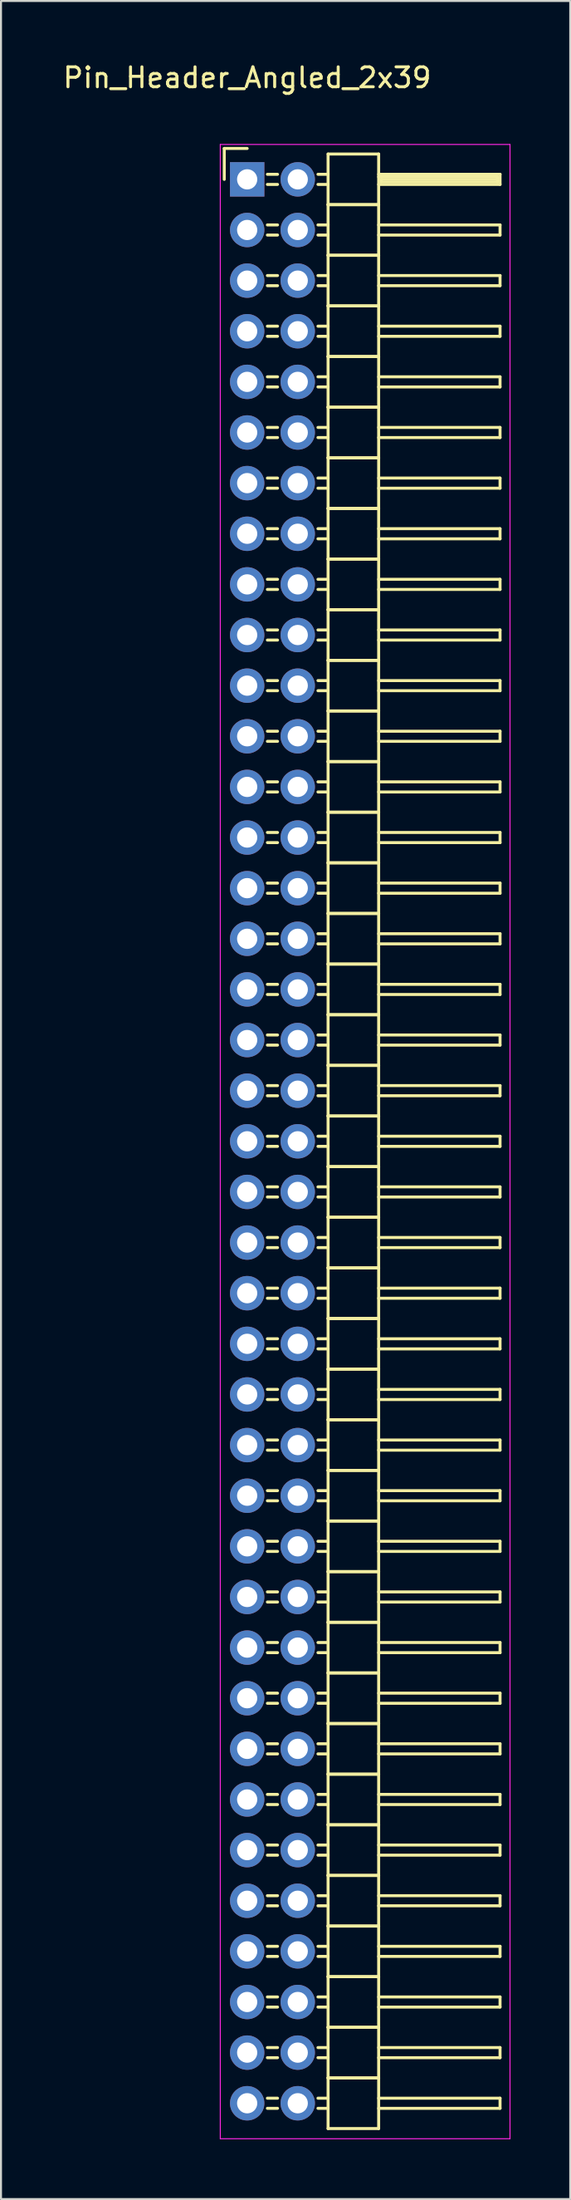
<source format=kicad_pcb>
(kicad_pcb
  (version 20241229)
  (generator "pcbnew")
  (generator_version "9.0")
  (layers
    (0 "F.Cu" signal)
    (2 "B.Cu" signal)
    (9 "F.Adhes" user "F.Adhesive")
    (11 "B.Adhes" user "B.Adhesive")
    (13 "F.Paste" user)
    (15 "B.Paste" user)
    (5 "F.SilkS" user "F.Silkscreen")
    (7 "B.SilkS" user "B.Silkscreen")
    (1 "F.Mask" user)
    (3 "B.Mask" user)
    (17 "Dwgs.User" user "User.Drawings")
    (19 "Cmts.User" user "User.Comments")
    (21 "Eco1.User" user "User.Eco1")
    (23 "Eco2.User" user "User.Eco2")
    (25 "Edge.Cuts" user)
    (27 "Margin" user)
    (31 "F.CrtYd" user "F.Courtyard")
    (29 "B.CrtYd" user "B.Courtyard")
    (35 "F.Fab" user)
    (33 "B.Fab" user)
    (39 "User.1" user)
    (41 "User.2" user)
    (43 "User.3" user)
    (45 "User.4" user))
  (footprint "Pin_Header_Angled_2x39"
    (layer "F.Cu")
    (at 9.363 5.948)
    (property "Reference" "Pin_Header_Angled_2x39" (at 0 -5.1 0) (layer "F.SilkS") (effects (font (size 1 1) (thickness 0.15))))
    (attr through_hole)
    (fp_line (start -1.15 -1.55) (end -1.15 0) (stroke (width 0.15) (type solid)) (layer "F.SilkS"))
    (fp_line (start 0 -1.55) (end -1.15 -1.55) (stroke (width 0.15) (type solid)) (layer "F.SilkS"))
    (fp_line (start 1.524 -0.254) (end 1.016 -0.254) (stroke (width 0.15) (type solid)) (layer "F.SilkS"))
    (fp_line (start 1.524 0.254) (end 1.016 0.254) (stroke (width 0.15) (type solid)) (layer "F.SilkS"))
    (fp_line (start 1.524 2.286) (end 1.016 2.286) (stroke (width 0.15) (type solid)) (layer "F.SilkS"))
    (fp_line (start 1.524 2.794) (end 1.016 2.794) (stroke (width 0.15) (type solid)) (layer "F.SilkS"))
    (fp_line (start 1.524 4.826) (end 1.016 4.826) (stroke (width 0.15) (type solid)) (layer "F.SilkS"))
    (fp_line (start 1.524 5.334) (end 1.016 5.334) (stroke (width 0.15) (type solid)) (layer "F.SilkS"))
    (fp_line (start 1.524 7.366) (end 1.016 7.366) (stroke (width 0.15) (type solid)) (layer "F.SilkS"))
    (fp_line (start 1.524 7.874) (end 1.016 7.874) (stroke (width 0.15) (type solid)) (layer "F.SilkS"))
    (fp_line (start 1.524 9.906) (end 1.016 9.906) (stroke (width 0.15) (type solid)) (layer "F.SilkS"))
    (fp_line (start 1.524 10.414) (end 1.016 10.414) (stroke (width 0.15) (type solid)) (layer "F.SilkS"))
    (fp_line (start 1.524 12.446) (end 1.016 12.446) (stroke (width 0.15) (type solid)) (layer "F.SilkS"))
    (fp_line (start 1.524 12.954) (end 1.016 12.954) (stroke (width 0.15) (type solid)) (layer "F.SilkS"))
    (fp_line (start 1.524 14.986) (end 1.016 14.986) (stroke (width 0.15) (type solid)) (layer "F.SilkS"))
    (fp_line (start 1.524 15.494) (end 1.016 15.494) (stroke (width 0.15) (type solid)) (layer "F.SilkS"))
    (fp_line (start 1.524 17.526) (end 1.016 17.526) (stroke (width 0.15) (type solid)) (layer "F.SilkS"))
    (fp_line (start 1.524 18.034) (end 1.016 18.034) (stroke (width 0.15) (type solid)) (layer "F.SilkS"))
    (fp_line (start 1.524 20.066) (end 1.016 20.066) (stroke (width 0.15) (type solid)) (layer "F.SilkS"))
    (fp_line (start 1.524 20.574) (end 1.016 20.574) (stroke (width 0.15) (type solid)) (layer "F.SilkS"))
    (fp_line (start 1.524 22.606) (end 1.016 22.606) (stroke (width 0.15) (type solid)) (layer "F.SilkS"))
    (fp_line (start 1.524 23.114) (end 1.016 23.114) (stroke (width 0.15) (type solid)) (layer "F.SilkS"))
    (fp_line (start 1.524 25.146) (end 1.016 25.146) (stroke (width 0.15) (type solid)) (layer "F.SilkS"))
    (fp_line (start 1.524 25.654) (end 1.016 25.654) (stroke (width 0.15) (type solid)) (layer "F.SilkS"))
    (fp_line (start 1.524 27.686) (end 1.016 27.686) (stroke (width 0.15) (type solid)) (layer "F.SilkS"))
    (fp_line (start 1.524 28.194) (end 1.016 28.194) (stroke (width 0.15) (type solid)) (layer "F.SilkS"))
    (fp_line (start 1.524 30.226) (end 1.016 30.226) (stroke (width 0.15) (type solid)) (layer "F.SilkS"))
    (fp_line (start 1.524 30.734) (end 1.016 30.734) (stroke (width 0.15) (type solid)) (layer "F.SilkS"))
    (fp_line (start 1.524 32.766) (end 1.016 32.766) (stroke (width 0.15) (type solid)) (layer "F.SilkS"))
    (fp_line (start 1.524 33.274) (end 1.016 33.274) (stroke (width 0.15) (type solid)) (layer "F.SilkS"))
    (fp_line (start 1.524 35.306) (end 1.016 35.306) (stroke (width 0.15) (type solid)) (layer "F.SilkS"))
    (fp_line (start 1.524 35.814) (end 1.016 35.814) (stroke (width 0.15) (type solid)) (layer "F.SilkS"))
    (fp_line (start 1.524 37.846) (end 1.016 37.846) (stroke (width 0.15) (type solid)) (layer "F.SilkS"))
    (fp_line (start 1.524 38.354) (end 1.016 38.354) (stroke (width 0.15) (type solid)) (layer "F.SilkS"))
    (fp_line (start 1.524 40.386) (end 1.016 40.386) (stroke (width 0.15) (type solid)) (layer "F.SilkS"))
    (fp_line (start 1.524 40.894) (end 1.016 40.894) (stroke (width 0.15) (type solid)) (layer "F.SilkS"))
    (fp_line (start 1.524 42.926) (end 1.016 42.926) (stroke (width 0.15) (type solid)) (layer "F.SilkS"))
    (fp_line (start 1.524 43.434) (end 1.016 43.434) (stroke (width 0.15) (type solid)) (layer "F.SilkS"))
    (fp_line (start 1.524 45.466) (end 1.016 45.466) (stroke (width 0.15) (type solid)) (layer "F.SilkS"))
    (fp_line (start 1.524 45.974) (end 1.016 45.974) (stroke (width 0.15) (type solid)) (layer "F.SilkS"))
    (fp_line (start 1.524 48.006) (end 1.016 48.006) (stroke (width 0.15) (type solid)) (layer "F.SilkS"))
    (fp_line (start 1.524 48.514) (end 1.016 48.514) (stroke (width 0.15) (type solid)) (layer "F.SilkS"))
    (fp_line (start 1.524 50.546) (end 1.016 50.546) (stroke (width 0.15) (type solid)) (layer "F.SilkS"))
    (fp_line (start 1.524 51.054) (end 1.016 51.054) (stroke (width 0.15) (type solid)) (layer "F.SilkS"))
    (fp_line (start 1.524 53.086) (end 1.016 53.086) (stroke (width 0.15) (type solid)) (layer "F.SilkS"))
    (fp_line (start 1.524 53.594) (end 1.016 53.594) (stroke (width 0.15) (type solid)) (layer "F.SilkS"))
    (fp_line (start 1.524 55.626) (end 1.016 55.626) (stroke (width 0.15) (type solid)) (layer "F.SilkS"))
    (fp_line (start 1.524 56.134) (end 1.016 56.134) (stroke (width 0.15) (type solid)) (layer "F.SilkS"))
    (fp_line (start 1.524 58.166) (end 1.016 58.166) (stroke (width 0.15) (type solid)) (layer "F.SilkS"))
    (fp_line (start 1.524 58.674) (end 1.016 58.674) (stroke (width 0.15) (type solid)) (layer "F.SilkS"))
    (fp_line (start 1.524 60.706) (end 1.016 60.706) (stroke (width 0.15) (type solid)) (layer "F.SilkS"))
    (fp_line (start 1.524 61.214) (end 1.016 61.214) (stroke (width 0.15) (type solid)) (layer "F.SilkS"))
    (fp_line (start 1.524 63.246) (end 1.016 63.246) (stroke (width 0.15) (type solid)) (layer "F.SilkS"))
    (fp_line (start 1.524 63.754) (end 1.016 63.754) (stroke (width 0.15) (type solid)) (layer "F.SilkS"))
    (fp_line (start 1.524 65.786) (end 1.016 65.786) (stroke (width 0.15) (type solid)) (layer "F.SilkS"))
    (fp_line (start 1.524 66.294) (end 1.016 66.294) (stroke (width 0.15) (type solid)) (layer "F.SilkS"))
    (fp_line (start 1.524 68.326) (end 1.016 68.326) (stroke (width 0.15) (type solid)) (layer "F.SilkS"))
    (fp_line (start 1.524 68.834) (end 1.016 68.834) (stroke (width 0.15) (type solid)) (layer "F.SilkS"))
    (fp_line (start 1.524 70.866) (end 1.016 70.866) (stroke (width 0.15) (type solid)) (layer "F.SilkS"))
    (fp_line (start 1.524 71.374) (end 1.016 71.374) (stroke (width 0.15) (type solid)) (layer "F.SilkS"))
    (fp_line (start 1.524 73.406) (end 1.016 73.406) (stroke (width 0.15) (type solid)) (layer "F.SilkS"))
    (fp_line (start 1.524 73.914) (end 1.016 73.914) (stroke (width 0.15) (type solid)) (layer "F.SilkS"))
    (fp_line (start 1.524 75.946) (end 1.016 75.946) (stroke (width 0.15) (type solid)) (layer "F.SilkS"))
    (fp_line (start 1.524 76.454) (end 1.016 76.454) (stroke (width 0.15) (type solid)) (layer "F.SilkS"))
    (fp_line (start 1.524 78.486) (end 1.016 78.486) (stroke (width 0.15) (type solid)) (layer "F.SilkS"))
    (fp_line (start 1.524 78.994) (end 1.016 78.994) (stroke (width 0.15) (type solid)) (layer "F.SilkS"))
    (fp_line (start 1.524 81.026) (end 1.016 81.026) (stroke (width 0.15) (type solid)) (layer "F.SilkS"))
    (fp_line (start 1.524 81.534) (end 1.016 81.534) (stroke (width 0.15) (type solid)) (layer "F.SilkS"))
    (fp_line (start 1.524 83.566) (end 1.016 83.566) (stroke (width 0.15) (type solid)) (layer "F.SilkS"))
    (fp_line (start 1.524 84.074) (end 1.016 84.074) (stroke (width 0.15) (type solid)) (layer "F.SilkS"))
    (fp_line (start 1.524 86.106) (end 1.016 86.106) (stroke (width 0.15) (type solid)) (layer "F.SilkS"))
    (fp_line (start 1.524 86.614) (end 1.016 86.614) (stroke (width 0.15) (type solid)) (layer "F.SilkS"))
    (fp_line (start 1.524 88.646) (end 1.016 88.646) (stroke (width 0.15) (type solid)) (layer "F.SilkS"))
    (fp_line (start 1.524 89.154) (end 1.016 89.154) (stroke (width 0.15) (type solid)) (layer "F.SilkS"))
    (fp_line (start 1.524 91.186) (end 1.016 91.186) (stroke (width 0.15) (type solid)) (layer "F.SilkS"))
    (fp_line (start 1.524 91.694) (end 1.016 91.694) (stroke (width 0.15) (type solid)) (layer "F.SilkS"))
    (fp_line (start 1.524 93.726) (end 1.016 93.726) (stroke (width 0.15) (type solid)) (layer "F.SilkS"))
    (fp_line (start 1.524 94.234) (end 1.016 94.234) (stroke (width 0.15) (type solid)) (layer "F.SilkS"))
    (fp_line (start 1.524 96.266) (end 1.016 96.266) (stroke (width 0.15) (type solid)) (layer "F.SilkS"))
    (fp_line (start 1.524 96.774) (end 1.016 96.774) (stroke (width 0.15) (type solid)) (layer "F.SilkS"))
    (fp_line (start 4.064 -1.27) (end 4.064 1.27) (stroke (width 0.15) (type solid)) (layer "F.SilkS"))
    (fp_line (start 4.064 -1.27) (end 6.604 -1.27) (stroke (width 0.15) (type solid)) (layer "F.SilkS"))
    (fp_line (start 4.064 -0.254) (end 3.556 -0.254) (stroke (width 0.15) (type solid)) (layer "F.SilkS"))
    (fp_line (start 4.064 0.254) (end 3.556 0.254) (stroke (width 0.15) (type solid)) (layer "F.SilkS"))
    (fp_line (start 4.064 1.27) (end 4.064 3.81) (stroke (width 0.15) (type solid)) (layer "F.SilkS"))
    (fp_line (start 4.064 1.27) (end 6.604 1.27) (stroke (width 0.15) (type solid)) (layer "F.SilkS"))
    (fp_line (start 4.064 1.27) (end 6.604 1.27) (stroke (width 0.15) (type solid)) (layer "F.SilkS"))
    (fp_line (start 4.064 2.286) (end 3.556 2.286) (stroke (width 0.15) (type solid)) (layer "F.SilkS"))
    (fp_line (start 4.064 2.794) (end 3.556 2.794) (stroke (width 0.15) (type solid)) (layer "F.SilkS"))
    (fp_line (start 4.064 3.81) (end 4.064 6.35) (stroke (width 0.15) (type solid)) (layer "F.SilkS"))
    (fp_line (start 4.064 3.81) (end 6.604 3.81) (stroke (width 0.15) (type solid)) (layer "F.SilkS"))
    (fp_line (start 4.064 3.81) (end 6.604 3.81) (stroke (width 0.15) (type solid)) (layer "F.SilkS"))
    (fp_line (start 4.064 4.826) (end 3.556 4.826) (stroke (width 0.15) (type solid)) (layer "F.SilkS"))
    (fp_line (start 4.064 5.334) (end 3.556 5.334) (stroke (width 0.15) (type solid)) (layer "F.SilkS"))
    (fp_line (start 4.064 6.35) (end 4.064 8.89) (stroke (width 0.15) (type solid)) (layer "F.SilkS"))
    (fp_line (start 4.064 6.35) (end 6.604 6.35) (stroke (width 0.15) (type solid)) (layer "F.SilkS"))
    (fp_line (start 4.064 6.35) (end 6.604 6.35) (stroke (width 0.15) (type solid)) (layer "F.SilkS"))
    (fp_line (start 4.064 7.366) (end 3.556 7.366) (stroke (width 0.15) (type solid)) (layer "F.SilkS"))
    (fp_line (start 4.064 7.874) (end 3.556 7.874) (stroke (width 0.15) (type solid)) (layer "F.SilkS"))
    (fp_line (start 4.064 8.89) (end 4.064 11.43) (stroke (width 0.15) (type solid)) (layer "F.SilkS"))
    (fp_line (start 4.064 8.89) (end 6.604 8.89) (stroke (width 0.15) (type solid)) (layer "F.SilkS"))
    (fp_line (start 4.064 8.89) (end 6.604 8.89) (stroke (width 0.15) (type solid)) (layer "F.SilkS"))
    (fp_line (start 4.064 9.906) (end 3.556 9.906) (stroke (width 0.15) (type solid)) (layer "F.SilkS"))
    (fp_line (start 4.064 10.414) (end 3.556 10.414) (stroke (width 0.15) (type solid)) (layer "F.SilkS"))
    (fp_line (start 4.064 11.43) (end 4.064 13.97) (stroke (width 0.15) (type solid)) (layer "F.SilkS"))
    (fp_line (start 4.064 11.43) (end 6.604 11.43) (stroke (width 0.15) (type solid)) (layer "F.SilkS"))
    (fp_line (start 4.064 11.43) (end 6.604 11.43) (stroke (width 0.15) (type solid)) (layer "F.SilkS"))
    (fp_line (start 4.064 12.446) (end 3.556 12.446) (stroke (width 0.15) (type solid)) (layer "F.SilkS"))
    (fp_line (start 4.064 12.954) (end 3.556 12.954) (stroke (width 0.15) (type solid)) (layer "F.SilkS"))
    (fp_line (start 4.064 13.97) (end 4.064 16.51) (stroke (width 0.15) (type solid)) (layer "F.SilkS"))
    (fp_line (start 4.064 13.97) (end 6.604 13.97) (stroke (width 0.15) (type solid)) (layer "F.SilkS"))
    (fp_line (start 4.064 13.97) (end 6.604 13.97) (stroke (width 0.15) (type solid)) (layer "F.SilkS"))
    (fp_line (start 4.064 14.986) (end 3.556 14.986) (stroke (width 0.15) (type solid)) (layer "F.SilkS"))
    (fp_line (start 4.064 15.494) (end 3.556 15.494) (stroke (width 0.15) (type solid)) (layer "F.SilkS"))
    (fp_line (start 4.064 16.51) (end 4.064 19.05) (stroke (width 0.15) (type solid)) (layer "F.SilkS"))
    (fp_line (start 4.064 16.51) (end 6.604 16.51) (stroke (width 0.15) (type solid)) (layer "F.SilkS"))
    (fp_line (start 4.064 16.51) (end 6.604 16.51) (stroke (width 0.15) (type solid)) (layer "F.SilkS"))
    (fp_line (start 4.064 17.526) (end 3.556 17.526) (stroke (width 0.15) (type solid)) (layer "F.SilkS"))
    (fp_line (start 4.064 18.034) (end 3.556 18.034) (stroke (width 0.15) (type solid)) (layer "F.SilkS"))
    (fp_line (start 4.064 19.05) (end 4.064 21.59) (stroke (width 0.15) (type solid)) (layer "F.SilkS"))
    (fp_line (start 4.064 19.05) (end 6.604 19.05) (stroke (width 0.15) (type solid)) (layer "F.SilkS"))
    (fp_line (start 4.064 19.05) (end 6.604 19.05) (stroke (width 0.15) (type solid)) (layer "F.SilkS"))
    (fp_line (start 4.064 20.066) (end 3.556 20.066) (stroke (width 0.15) (type solid)) (layer "F.SilkS"))
    (fp_line (start 4.064 20.574) (end 3.556 20.574) (stroke (width 0.15) (type solid)) (layer "F.SilkS"))
    (fp_line (start 4.064 21.59) (end 4.064 24.13) (stroke (width 0.15) (type solid)) (layer "F.SilkS"))
    (fp_line (start 4.064 21.59) (end 6.604 21.59) (stroke (width 0.15) (type solid)) (layer "F.SilkS"))
    (fp_line (start 4.064 21.59) (end 6.604 21.59) (stroke (width 0.15) (type solid)) (layer "F.SilkS"))
    (fp_line (start 4.064 22.606) (end 3.556 22.606) (stroke (width 0.15) (type solid)) (layer "F.SilkS"))
    (fp_line (start 4.064 23.114) (end 3.556 23.114) (stroke (width 0.15) (type solid)) (layer "F.SilkS"))
    (fp_line (start 4.064 24.13) (end 4.064 26.67) (stroke (width 0.15) (type solid)) (layer "F.SilkS"))
    (fp_line (start 4.064 24.13) (end 6.604 24.13) (stroke (width 0.15) (type solid)) (layer "F.SilkS"))
    (fp_line (start 4.064 24.13) (end 6.604 24.13) (stroke (width 0.15) (type solid)) (layer "F.SilkS"))
    (fp_line (start 4.064 25.146) (end 3.556 25.146) (stroke (width 0.15) (type solid)) (layer "F.SilkS"))
    (fp_line (start 4.064 25.654) (end 3.556 25.654) (stroke (width 0.15) (type solid)) (layer "F.SilkS"))
    (fp_line (start 4.064 26.67) (end 4.064 29.21) (stroke (width 0.15) (type solid)) (layer "F.SilkS"))
    (fp_line (start 4.064 26.67) (end 6.604 26.67) (stroke (width 0.15) (type solid)) (layer "F.SilkS"))
    (fp_line (start 4.064 26.67) (end 6.604 26.67) (stroke (width 0.15) (type solid)) (layer "F.SilkS"))
    (fp_line (start 4.064 27.686) (end 3.556 27.686) (stroke (width 0.15) (type solid)) (layer "F.SilkS"))
    (fp_line (start 4.064 28.194) (end 3.556 28.194) (stroke (width 0.15) (type solid)) (layer "F.SilkS"))
    (fp_line (start 4.064 29.21) (end 4.064 31.75) (stroke (width 0.15) (type solid)) (layer "F.SilkS"))
    (fp_line (start 4.064 29.21) (end 6.604 29.21) (stroke (width 0.15) (type solid)) (layer "F.SilkS"))
    (fp_line (start 4.064 29.21) (end 6.604 29.21) (stroke (width 0.15) (type solid)) (layer "F.SilkS"))
    (fp_line (start 4.064 30.226) (end 3.556 30.226) (stroke (width 0.15) (type solid)) (layer "F.SilkS"))
    (fp_line (start 4.064 30.734) (end 3.556 30.734) (stroke (width 0.15) (type solid)) (layer "F.SilkS"))
    (fp_line (start 4.064 31.75) (end 4.064 34.29) (stroke (width 0.15) (type solid)) (layer "F.SilkS"))
    (fp_line (start 4.064 31.75) (end 6.604 31.75) (stroke (width 0.15) (type solid)) (layer "F.SilkS"))
    (fp_line (start 4.064 31.75) (end 6.604 31.75) (stroke (width 0.15) (type solid)) (layer "F.SilkS"))
    (fp_line (start 4.064 32.766) (end 3.556 32.766) (stroke (width 0.15) (type solid)) (layer "F.SilkS"))
    (fp_line (start 4.064 33.274) (end 3.556 33.274) (stroke (width 0.15) (type solid)) (layer "F.SilkS"))
    (fp_line (start 4.064 34.29) (end 4.064 36.83) (stroke (width 0.15) (type solid)) (layer "F.SilkS"))
    (fp_line (start 4.064 34.29) (end 6.604 34.29) (stroke (width 0.15) (type solid)) (layer "F.SilkS"))
    (fp_line (start 4.064 34.29) (end 6.604 34.29) (stroke (width 0.15) (type solid)) (layer "F.SilkS"))
    (fp_line (start 4.064 35.306) (end 3.556 35.306) (stroke (width 0.15) (type solid)) (layer "F.SilkS"))
    (fp_line (start 4.064 35.814) (end 3.556 35.814) (stroke (width 0.15) (type solid)) (layer "F.SilkS"))
    (fp_line (start 4.064 36.83) (end 4.064 39.37) (stroke (width 0.15) (type solid)) (layer "F.SilkS"))
    (fp_line (start 4.064 36.83) (end 6.604 36.83) (stroke (width 0.15) (type solid)) (layer "F.SilkS"))
    (fp_line (start 4.064 36.83) (end 6.604 36.83) (stroke (width 0.15) (type solid)) (layer "F.SilkS"))
    (fp_line (start 4.064 37.846) (end 3.556 37.846) (stroke (width 0.15) (type solid)) (layer "F.SilkS"))
    (fp_line (start 4.064 38.354) (end 3.556 38.354) (stroke (width 0.15) (type solid)) (layer "F.SilkS"))
    (fp_line (start 4.064 39.37) (end 4.064 41.91) (stroke (width 0.15) (type solid)) (layer "F.SilkS"))
    (fp_line (start 4.064 39.37) (end 6.604 39.37) (stroke (width 0.15) (type solid)) (layer "F.SilkS"))
    (fp_line (start 4.064 39.37) (end 6.604 39.37) (stroke (width 0.15) (type solid)) (layer "F.SilkS"))
    (fp_line (start 4.064 40.386) (end 3.556 40.386) (stroke (width 0.15) (type solid)) (layer "F.SilkS"))
    (fp_line (start 4.064 40.894) (end 3.556 40.894) (stroke (width 0.15) (type solid)) (layer "F.SilkS"))
    (fp_line (start 4.064 41.91) (end 4.064 44.45) (stroke (width 0.15) (type solid)) (layer "F.SilkS"))
    (fp_line (start 4.064 41.91) (end 6.604 41.91) (stroke (width 0.15) (type solid)) (layer "F.SilkS"))
    (fp_line (start 4.064 41.91) (end 6.604 41.91) (stroke (width 0.15) (type solid)) (layer "F.SilkS"))
    (fp_line (start 4.064 42.926) (end 3.556 42.926) (stroke (width 0.15) (type solid)) (layer "F.SilkS"))
    (fp_line (start 4.064 43.434) (end 3.556 43.434) (stroke (width 0.15) (type solid)) (layer "F.SilkS"))
    (fp_line (start 4.064 44.45) (end 4.064 46.99) (stroke (width 0.15) (type solid)) (layer "F.SilkS"))
    (fp_line (start 4.064 44.45) (end 6.604 44.45) (stroke (width 0.15) (type solid)) (layer "F.SilkS"))
    (fp_line (start 4.064 44.45) (end 6.604 44.45) (stroke (width 0.15) (type solid)) (layer "F.SilkS"))
    (fp_line (start 4.064 45.466) (end 3.556 45.466) (stroke (width 0.15) (type solid)) (layer "F.SilkS"))
    (fp_line (start 4.064 45.974) (end 3.556 45.974) (stroke (width 0.15) (type solid)) (layer "F.SilkS"))
    (fp_line (start 4.064 46.99) (end 4.064 49.53) (stroke (width 0.15) (type solid)) (layer "F.SilkS"))
    (fp_line (start 4.064 46.99) (end 6.604 46.99) (stroke (width 0.15) (type solid)) (layer "F.SilkS"))
    (fp_line (start 4.064 46.99) (end 6.604 46.99) (stroke (width 0.15) (type solid)) (layer "F.SilkS"))
    (fp_line (start 4.064 48.006) (end 3.556 48.006) (stroke (width 0.15) (type solid)) (layer "F.SilkS"))
    (fp_line (start 4.064 48.514) (end 3.556 48.514) (stroke (width 0.15) (type solid)) (layer "F.SilkS"))
    (fp_line (start 4.064 49.53) (end 4.064 52.07) (stroke (width 0.15) (type solid)) (layer "F.SilkS"))
    (fp_line (start 4.064 49.53) (end 6.604 49.53) (stroke (width 0.15) (type solid)) (layer "F.SilkS"))
    (fp_line (start 4.064 49.53) (end 6.604 49.53) (stroke (width 0.15) (type solid)) (layer "F.SilkS"))
    (fp_line (start 4.064 50.546) (end 3.556 50.546) (stroke (width 0.15) (type solid)) (layer "F.SilkS"))
    (fp_line (start 4.064 51.054) (end 3.556 51.054) (stroke (width 0.15) (type solid)) (layer "F.SilkS"))
    (fp_line (start 4.064 52.07) (end 4.064 54.61) (stroke (width 0.15) (type solid)) (layer "F.SilkS"))
    (fp_line (start 4.064 52.07) (end 6.604 52.07) (stroke (width 0.15) (type solid)) (layer "F.SilkS"))
    (fp_line (start 4.064 52.07) (end 6.604 52.07) (stroke (width 0.15) (type solid)) (layer "F.SilkS"))
    (fp_line (start 4.064 53.086) (end 3.556 53.086) (stroke (width 0.15) (type solid)) (layer "F.SilkS"))
    (fp_line (start 4.064 53.594) (end 3.556 53.594) (stroke (width 0.15) (type solid)) (layer "F.SilkS"))
    (fp_line (start 4.064 54.61) (end 4.064 57.15) (stroke (width 0.15) (type solid)) (layer "F.SilkS"))
    (fp_line (start 4.064 54.61) (end 6.604 54.61) (stroke (width 0.15) (type solid)) (layer "F.SilkS"))
    (fp_line (start 4.064 54.61) (end 6.604 54.61) (stroke (width 0.15) (type solid)) (layer "F.SilkS"))
    (fp_line (start 4.064 55.626) (end 3.556 55.626) (stroke (width 0.15) (type solid)) (layer "F.SilkS"))
    (fp_line (start 4.064 56.134) (end 3.556 56.134) (stroke (width 0.15) (type solid)) (layer "F.SilkS"))
    (fp_line (start 4.064 57.15) (end 4.064 59.69) (stroke (width 0.15) (type solid)) (layer "F.SilkS"))
    (fp_line (start 4.064 57.15) (end 6.604 57.15) (stroke (width 0.15) (type solid)) (layer "F.SilkS"))
    (fp_line (start 4.064 57.15) (end 6.604 57.15) (stroke (width 0.15) (type solid)) (layer "F.SilkS"))
    (fp_line (start 4.064 58.166) (end 3.556 58.166) (stroke (width 0.15) (type solid)) (layer "F.SilkS"))
    (fp_line (start 4.064 58.674) (end 3.556 58.674) (stroke (width 0.15) (type solid)) (layer "F.SilkS"))
    (fp_line (start 4.064 59.69) (end 4.064 62.23) (stroke (width 0.15) (type solid)) (layer "F.SilkS"))
    (fp_line (start 4.064 59.69) (end 6.604 59.69) (stroke (width 0.15) (type solid)) (layer "F.SilkS"))
    (fp_line (start 4.064 59.69) (end 6.604 59.69) (stroke (width 0.15) (type solid)) (layer "F.SilkS"))
    (fp_line (start 4.064 60.706) (end 3.556 60.706) (stroke (width 0.15) (type solid)) (layer "F.SilkS"))
    (fp_line (start 4.064 61.214) (end 3.556 61.214) (stroke (width 0.15) (type solid)) (layer "F.SilkS"))
    (fp_line (start 4.064 62.23) (end 4.064 64.77) (stroke (width 0.15) (type solid)) (layer "F.SilkS"))
    (fp_line (start 4.064 62.23) (end 6.604 62.23) (stroke (width 0.15) (type solid)) (layer "F.SilkS"))
    (fp_line (start 4.064 62.23) (end 6.604 62.23) (stroke (width 0.15) (type solid)) (layer "F.SilkS"))
    (fp_line (start 4.064 63.246) (end 3.556 63.246) (stroke (width 0.15) (type solid)) (layer "F.SilkS"))
    (fp_line (start 4.064 63.754) (end 3.556 63.754) (stroke (width 0.15) (type solid)) (layer "F.SilkS"))
    (fp_line (start 4.064 64.77) (end 4.064 67.31) (stroke (width 0.15) (type solid)) (layer "F.SilkS"))
    (fp_line (start 4.064 64.77) (end 6.604 64.77) (stroke (width 0.15) (type solid)) (layer "F.SilkS"))
    (fp_line (start 4.064 64.77) (end 6.604 64.77) (stroke (width 0.15) (type solid)) (layer "F.SilkS"))
    (fp_line (start 4.064 65.786) (end 3.556 65.786) (stroke (width 0.15) (type solid)) (layer "F.SilkS"))
    (fp_line (start 4.064 66.294) (end 3.556 66.294) (stroke (width 0.15) (type solid)) (layer "F.SilkS"))
    (fp_line (start 4.064 67.31) (end 4.064 69.85) (stroke (width 0.15) (type solid)) (layer "F.SilkS"))
    (fp_line (start 4.064 67.31) (end 6.604 67.31) (stroke (width 0.15) (type solid)) (layer "F.SilkS"))
    (fp_line (start 4.064 67.31) (end 6.604 67.31) (stroke (width 0.15) (type solid)) (layer "F.SilkS"))
    (fp_line (start 4.064 68.326) (end 3.556 68.326) (stroke (width 0.15) (type solid)) (layer "F.SilkS"))
    (fp_line (start 4.064 68.834) (end 3.556 68.834) (stroke (width 0.15) (type solid)) (layer "F.SilkS"))
    (fp_line (start 4.064 69.85) (end 4.064 72.39) (stroke (width 0.15) (type solid)) (layer "F.SilkS"))
    (fp_line (start 4.064 69.85) (end 6.604 69.85) (stroke (width 0.15) (type solid)) (layer "F.SilkS"))
    (fp_line (start 4.064 69.85) (end 6.604 69.85) (stroke (width 0.15) (type solid)) (layer "F.SilkS"))
    (fp_line (start 4.064 70.866) (end 3.556 70.866) (stroke (width 0.15) (type solid)) (layer "F.SilkS"))
    (fp_line (start 4.064 71.374) (end 3.556 71.374) (stroke (width 0.15) (type solid)) (layer "F.SilkS"))
    (fp_line (start 4.064 72.39) (end 4.064 74.93) (stroke (width 0.15) (type solid)) (layer "F.SilkS"))
    (fp_line (start 4.064 72.39) (end 6.604 72.39) (stroke (width 0.15) (type solid)) (layer "F.SilkS"))
    (fp_line (start 4.064 72.39) (end 6.604 72.39) (stroke (width 0.15) (type solid)) (layer "F.SilkS"))
    (fp_line (start 4.064 73.406) (end 3.556 73.406) (stroke (width 0.15) (type solid)) (layer "F.SilkS"))
    (fp_line (start 4.064 73.914) (end 3.556 73.914) (stroke (width 0.15) (type solid)) (layer "F.SilkS"))
    (fp_line (start 4.064 74.93) (end 4.064 77.47) (stroke (width 0.15) (type solid)) (layer "F.SilkS"))
    (fp_line (start 4.064 74.93) (end 6.604 74.93) (stroke (width 0.15) (type solid)) (layer "F.SilkS"))
    (fp_line (start 4.064 74.93) (end 6.604 74.93) (stroke (width 0.15) (type solid)) (layer "F.SilkS"))
    (fp_line (start 4.064 75.946) (end 3.556 75.946) (stroke (width 0.15) (type solid)) (layer "F.SilkS"))
    (fp_line (start 4.064 76.454) (end 3.556 76.454) (stroke (width 0.15) (type solid)) (layer "F.SilkS"))
    (fp_line (start 4.064 77.47) (end 4.064 80.01) (stroke (width 0.15) (type solid)) (layer "F.SilkS"))
    (fp_line (start 4.064 77.47) (end 6.604 77.47) (stroke (width 0.15) (type solid)) (layer "F.SilkS"))
    (fp_line (start 4.064 77.47) (end 6.604 77.47) (stroke (width 0.15) (type solid)) (layer "F.SilkS"))
    (fp_line (start 4.064 78.486) (end 3.556 78.486) (stroke (width 0.15) (type solid)) (layer "F.SilkS"))
    (fp_line (start 4.064 78.994) (end 3.556 78.994) (stroke (width 0.15) (type solid)) (layer "F.SilkS"))
    (fp_line (start 4.064 80.01) (end 4.064 82.55) (stroke (width 0.15) (type solid)) (layer "F.SilkS"))
    (fp_line (start 4.064 80.01) (end 6.604 80.01) (stroke (width 0.15) (type solid)) (layer "F.SilkS"))
    (fp_line (start 4.064 80.01) (end 6.604 80.01) (stroke (width 0.15) (type solid)) (layer "F.SilkS"))
    (fp_line (start 4.064 81.026) (end 3.556 81.026) (stroke (width 0.15) (type solid)) (layer "F.SilkS"))
    (fp_line (start 4.064 81.534) (end 3.556 81.534) (stroke (width 0.15) (type solid)) (layer "F.SilkS"))
    (fp_line (start 4.064 82.55) (end 4.064 85.09) (stroke (width 0.15) (type solid)) (layer "F.SilkS"))
    (fp_line (start 4.064 82.55) (end 6.604 82.55) (stroke (width 0.15) (type solid)) (layer "F.SilkS"))
    (fp_line (start 4.064 82.55) (end 6.604 82.55) (stroke (width 0.15) (type solid)) (layer "F.SilkS"))
    (fp_line (start 4.064 83.566) (end 3.556 83.566) (stroke (width 0.15) (type solid)) (layer "F.SilkS"))
    (fp_line (start 4.064 84.074) (end 3.556 84.074) (stroke (width 0.15) (type solid)) (layer "F.SilkS"))
    (fp_line (start 4.064 85.09) (end 4.064 87.63) (stroke (width 0.15) (type solid)) (layer "F.SilkS"))
    (fp_line (start 4.064 85.09) (end 6.604 85.09) (stroke (width 0.15) (type solid)) (layer "F.SilkS"))
    (fp_line (start 4.064 85.09) (end 6.604 85.09) (stroke (width 0.15) (type solid)) (layer "F.SilkS"))
    (fp_line (start 4.064 86.106) (end 3.556 86.106) (stroke (width 0.15) (type solid)) (layer "F.SilkS"))
    (fp_line (start 4.064 86.614) (end 3.556 86.614) (stroke (width 0.15) (type solid)) (layer "F.SilkS"))
    (fp_line (start 4.064 87.63) (end 4.064 90.17) (stroke (width 0.15) (type solid)) (layer "F.SilkS"))
    (fp_line (start 4.064 87.63) (end 6.604 87.63) (stroke (width 0.15) (type solid)) (layer "F.SilkS"))
    (fp_line (start 4.064 87.63) (end 6.604 87.63) (stroke (width 0.15) (type solid)) (layer "F.SilkS"))
    (fp_line (start 4.064 88.646) (end 3.556 88.646) (stroke (width 0.15) (type solid)) (layer "F.SilkS"))
    (fp_line (start 4.064 89.154) (end 3.556 89.154) (stroke (width 0.15) (type solid)) (layer "F.SilkS"))
    (fp_line (start 4.064 90.17) (end 4.064 92.71) (stroke (width 0.15) (type solid)) (layer "F.SilkS"))
    (fp_line (start 4.064 90.17) (end 6.604 90.17) (stroke (width 0.15) (type solid)) (layer "F.SilkS"))
    (fp_line (start 4.064 90.17) (end 6.604 90.17) (stroke (width 0.15) (type solid)) (layer "F.SilkS"))
    (fp_line (start 4.064 91.186) (end 3.556 91.186) (stroke (width 0.15) (type solid)) (layer "F.SilkS"))
    (fp_line (start 4.064 91.694) (end 3.556 91.694) (stroke (width 0.15) (type solid)) (layer "F.SilkS"))
    (fp_line (start 4.064 92.71) (end 4.064 95.25) (stroke (width 0.15) (type solid)) (layer "F.SilkS"))
    (fp_line (start 4.064 92.71) (end 6.604 92.71) (stroke (width 0.15) (type solid)) (layer "F.SilkS"))
    (fp_line (start 4.064 92.71) (end 6.604 92.71) (stroke (width 0.15) (type solid)) (layer "F.SilkS"))
    (fp_line (start 4.064 93.726) (end 3.556 93.726) (stroke (width 0.15) (type solid)) (layer "F.SilkS"))
    (fp_line (start 4.064 94.234) (end 3.556 94.234) (stroke (width 0.15) (type solid)) (layer "F.SilkS"))
    (fp_line (start 4.064 95.25) (end 4.064 97.79) (stroke (width 0.15) (type solid)) (layer "F.SilkS"))
    (fp_line (start 4.064 95.25) (end 6.604 95.25) (stroke (width 0.15) (type solid)) (layer "F.SilkS"))
    (fp_line (start 4.064 95.25) (end 6.604 95.25) (stroke (width 0.15) (type solid)) (layer "F.SilkS"))
    (fp_line (start 4.064 96.266) (end 3.556 96.266) (stroke (width 0.15) (type solid)) (layer "F.SilkS"))
    (fp_line (start 4.064 96.774) (end 3.556 96.774) (stroke (width 0.15) (type solid)) (layer "F.SilkS"))
    (fp_line (start 4.064 97.79) (end 6.604 97.79) (stroke (width 0.15) (type solid)) (layer "F.SilkS"))
    (fp_line (start 6.604 -0.254) (end 12.7 -0.254) (stroke (width 0.15) (type solid)) (layer "F.SilkS"))
    (fp_line (start 6.604 -0.127) (end 12.573 -0.127) (stroke (width 0.15) (type solid)) (layer "F.SilkS"))
    (fp_line (start 6.604 1.27) (end 6.604 -1.27) (stroke (width 0.15) (type solid)) (layer "F.SilkS"))
    (fp_line (start 6.604 2.286) (end 12.7 2.286) (stroke (width 0.15) (type solid)) (layer "F.SilkS"))
    (fp_line (start 6.604 3.81) (end 6.604 1.27) (stroke (width 0.15) (type solid)) (layer "F.SilkS"))
    (fp_line (start 6.604 4.826) (end 12.7 4.826) (stroke (width 0.15) (type solid)) (layer "F.SilkS"))
    (fp_line (start 6.604 6.35) (end 6.604 3.81) (stroke (width 0.15) (type solid)) (layer "F.SilkS"))
    (fp_line (start 6.604 7.366) (end 12.7 7.366) (stroke (width 0.15) (type solid)) (layer "F.SilkS"))
    (fp_line (start 6.604 8.89) (end 6.604 6.35) (stroke (width 0.15) (type solid)) (layer "F.SilkS"))
    (fp_line (start 6.604 9.906) (end 12.7 9.906) (stroke (width 0.15) (type solid)) (layer "F.SilkS"))
    (fp_line (start 6.604 11.43) (end 6.604 8.89) (stroke (width 0.15) (type solid)) (layer "F.SilkS"))
    (fp_line (start 6.604 12.446) (end 12.7 12.446) (stroke (width 0.15) (type solid)) (layer "F.SilkS"))
    (fp_line (start 6.604 13.97) (end 6.604 11.43) (stroke (width 0.15) (type solid)) (layer "F.SilkS"))
    (fp_line (start 6.604 14.986) (end 12.7 14.986) (stroke (width 0.15) (type solid)) (layer "F.SilkS"))
    (fp_line (start 6.604 16.51) (end 6.604 13.97) (stroke (width 0.15) (type solid)) (layer "F.SilkS"))
    (fp_line (start 6.604 17.526) (end 12.7 17.526) (stroke (width 0.15) (type solid)) (layer "F.SilkS"))
    (fp_line (start 6.604 19.05) (end 6.604 16.51) (stroke (width 0.15) (type solid)) (layer "F.SilkS"))
    (fp_line (start 6.604 20.066) (end 12.7 20.066) (stroke (width 0.15) (type solid)) (layer "F.SilkS"))
    (fp_line (start 6.604 21.59) (end 6.604 19.05) (stroke (width 0.15) (type solid)) (layer "F.SilkS"))
    (fp_line (start 6.604 22.606) (end 12.7 22.606) (stroke (width 0.15) (type solid)) (layer "F.SilkS"))
    (fp_line (start 6.604 24.13) (end 6.604 21.59) (stroke (width 0.15) (type solid)) (layer "F.SilkS"))
    (fp_line (start 6.604 25.146) (end 12.7 25.146) (stroke (width 0.15) (type solid)) (layer "F.SilkS"))
    (fp_line (start 6.604 26.67) (end 6.604 24.13) (stroke (width 0.15) (type solid)) (layer "F.SilkS"))
    (fp_line (start 6.604 27.686) (end 12.7 27.686) (stroke (width 0.15) (type solid)) (layer "F.SilkS"))
    (fp_line (start 6.604 29.21) (end 6.604 26.67) (stroke (width 0.15) (type solid)) (layer "F.SilkS"))
    (fp_line (start 6.604 30.226) (end 12.7 30.226) (stroke (width 0.15) (type solid)) (layer "F.SilkS"))
    (fp_line (start 6.604 31.75) (end 6.604 29.21) (stroke (width 0.15) (type solid)) (layer "F.SilkS"))
    (fp_line (start 6.604 32.766) (end 12.7 32.766) (stroke (width 0.15) (type solid)) (layer "F.SilkS"))
    (fp_line (start 6.604 34.29) (end 6.604 31.75) (stroke (width 0.15) (type solid)) (layer "F.SilkS"))
    (fp_line (start 6.604 35.306) (end 12.7 35.306) (stroke (width 0.15) (type solid)) (layer "F.SilkS"))
    (fp_line (start 6.604 36.83) (end 6.604 34.29) (stroke (width 0.15) (type solid)) (layer "F.SilkS"))
    (fp_line (start 6.604 37.846) (end 12.7 37.846) (stroke (width 0.15) (type solid)) (layer "F.SilkS"))
    (fp_line (start 6.604 39.37) (end 6.604 36.83) (stroke (width 0.15) (type solid)) (layer "F.SilkS"))
    (fp_line (start 6.604 40.386) (end 12.7 40.386) (stroke (width 0.15) (type solid)) (layer "F.SilkS"))
    (fp_line (start 6.604 41.91) (end 6.604 39.37) (stroke (width 0.15) (type solid)) (layer "F.SilkS"))
    (fp_line (start 6.604 42.926) (end 12.7 42.926) (stroke (width 0.15) (type solid)) (layer "F.SilkS"))
    (fp_line (start 6.604 44.45) (end 6.604 41.91) (stroke (width 0.15) (type solid)) (layer "F.SilkS"))
    (fp_line (start 6.604 45.466) (end 12.7 45.466) (stroke (width 0.15) (type solid)) (layer "F.SilkS"))
    (fp_line (start 6.604 46.99) (end 6.604 44.45) (stroke (width 0.15) (type solid)) (layer "F.SilkS"))
    (fp_line (start 6.604 48.006) (end 12.7 48.006) (stroke (width 0.15) (type solid)) (layer "F.SilkS"))
    (fp_line (start 6.604 49.53) (end 6.604 46.99) (stroke (width 0.15) (type solid)) (layer "F.SilkS"))
    (fp_line (start 6.604 50.546) (end 12.7 50.546) (stroke (width 0.15) (type solid)) (layer "F.SilkS"))
    (fp_line (start 6.604 52.07) (end 6.604 49.53) (stroke (width 0.15) (type solid)) (layer "F.SilkS"))
    (fp_line (start 6.604 53.086) (end 12.7 53.086) (stroke (width 0.15) (type solid)) (layer "F.SilkS"))
    (fp_line (start 6.604 54.61) (end 6.604 52.07) (stroke (width 0.15) (type solid)) (layer "F.SilkS"))
    (fp_line (start 6.604 55.626) (end 12.7 55.626) (stroke (width 0.15) (type solid)) (layer "F.SilkS"))
    (fp_line (start 6.604 57.15) (end 6.604 54.61) (stroke (width 0.15) (type solid)) (layer "F.SilkS"))
    (fp_line (start 6.604 58.166) (end 12.7 58.166) (stroke (width 0.15) (type solid)) (layer "F.SilkS"))
    (fp_line (start 6.604 59.69) (end 6.604 57.15) (stroke (width 0.15) (type solid)) (layer "F.SilkS"))
    (fp_line (start 6.604 60.706) (end 12.7 60.706) (stroke (width 0.15) (type solid)) (layer "F.SilkS"))
    (fp_line (start 6.604 62.23) (end 6.604 59.69) (stroke (width 0.15) (type solid)) (layer "F.SilkS"))
    (fp_line (start 6.604 63.246) (end 12.7 63.246) (stroke (width 0.15) (type solid)) (layer "F.SilkS"))
    (fp_line (start 6.604 64.77) (end 6.604 62.23) (stroke (width 0.15) (type solid)) (layer "F.SilkS"))
    (fp_line (start 6.604 65.786) (end 12.7 65.786) (stroke (width 0.15) (type solid)) (layer "F.SilkS"))
    (fp_line (start 6.604 67.31) (end 6.604 64.77) (stroke (width 0.15) (type solid)) (layer "F.SilkS"))
    (fp_line (start 6.604 68.326) (end 12.7 68.326) (stroke (width 0.15) (type solid)) (layer "F.SilkS"))
    (fp_line (start 6.604 69.85) (end 6.604 67.31) (stroke (width 0.15) (type solid)) (layer "F.SilkS"))
    (fp_line (start 6.604 70.866) (end 12.7 70.866) (stroke (width 0.15) (type solid)) (layer "F.SilkS"))
    (fp_line (start 6.604 72.39) (end 6.604 69.85) (stroke (width 0.15) (type solid)) (layer "F.SilkS"))
    (fp_line (start 6.604 73.406) (end 12.7 73.406) (stroke (width 0.15) (type solid)) (layer "F.SilkS"))
    (fp_line (start 6.604 74.93) (end 6.604 72.39) (stroke (width 0.15) (type solid)) (layer "F.SilkS"))
    (fp_line (start 6.604 75.946) (end 12.7 75.946) (stroke (width 0.15) (type solid)) (layer "F.SilkS"))
    (fp_line (start 6.604 77.47) (end 6.604 74.93) (stroke (width 0.15) (type solid)) (layer "F.SilkS"))
    (fp_line (start 6.604 78.486) (end 12.7 78.486) (stroke (width 0.15) (type solid)) (layer "F.SilkS"))
    (fp_line (start 6.604 80.01) (end 6.604 77.47) (stroke (width 0.15) (type solid)) (layer "F.SilkS"))
    (fp_line (start 6.604 81.026) (end 12.7 81.026) (stroke (width 0.15) (type solid)) (layer "F.SilkS"))
    (fp_line (start 6.604 82.55) (end 6.604 80.01) (stroke (width 0.15) (type solid)) (layer "F.SilkS"))
    (fp_line (start 6.604 83.566) (end 12.7 83.566) (stroke (width 0.15) (type solid)) (layer "F.SilkS"))
    (fp_line (start 6.604 85.09) (end 6.604 82.55) (stroke (width 0.15) (type solid)) (layer "F.SilkS"))
    (fp_line (start 6.604 86.106) (end 12.7 86.106) (stroke (width 0.15) (type solid)) (layer "F.SilkS"))
    (fp_line (start 6.604 87.63) (end 6.604 85.09) (stroke (width 0.15) (type solid)) (layer "F.SilkS"))
    (fp_line (start 6.604 88.646) (end 12.7 88.646) (stroke (width 0.15) (type solid)) (layer "F.SilkS"))
    (fp_line (start 6.604 90.17) (end 6.604 87.63) (stroke (width 0.15) (type solid)) (layer "F.SilkS"))
    (fp_line (start 6.604 91.186) (end 12.7 91.186) (stroke (width 0.15) (type solid)) (layer "F.SilkS"))
    (fp_line (start 6.604 92.71) (end 6.604 90.17) (stroke (width 0.15) (type solid)) (layer "F.SilkS"))
    (fp_line (start 6.604 93.726) (end 12.7 93.726) (stroke (width 0.15) (type solid)) (layer "F.SilkS"))
    (fp_line (start 6.604 95.25) (end 6.604 92.71) (stroke (width 0.15) (type solid)) (layer "F.SilkS"))
    (fp_line (start 6.604 96.266) (end 12.7 96.266) (stroke (width 0.15) (type solid)) (layer "F.SilkS"))
    (fp_line (start 6.604 97.79) (end 6.604 95.25) (stroke (width 0.15) (type solid)) (layer "F.SilkS"))
    (fp_line (start 6.731 0) (end 12.573 0) (stroke (width 0.15) (type solid)) (layer "F.SilkS"))
    (fp_line (start 6.731 0.127) (end 6.731 0) (stroke (width 0.15) (type solid)) (layer "F.SilkS"))
    (fp_line (start 12.573 -0.127) (end 12.573 0.127) (stroke (width 0.15) (type solid)) (layer "F.SilkS"))
    (fp_line (start 12.573 0.127) (end 6.731 0.127) (stroke (width 0.15) (type solid)) (layer "F.SilkS"))
    (fp_line (start 12.7 -0.254) (end 12.7 0.254) (stroke (width 0.15) (type solid)) (layer "F.SilkS"))
    (fp_line (start 12.7 0.254) (end 6.604 0.254) (stroke (width 0.15) (type solid)) (layer "F.SilkS"))
    (fp_line (start 12.7 2.286) (end 12.7 2.794) (stroke (width 0.15) (type solid)) (layer "F.SilkS"))
    (fp_line (start 12.7 2.794) (end 6.604 2.794) (stroke (width 0.15) (type solid)) (layer "F.SilkS"))
    (fp_line (start 12.7 4.826) (end 12.7 5.334) (stroke (width 0.15) (type solid)) (layer "F.SilkS"))
    (fp_line (start 12.7 5.334) (end 6.604 5.334) (stroke (width 0.15) (type solid)) (layer "F.SilkS"))
    (fp_line (start 12.7 7.366) (end 12.7 7.874) (stroke (width 0.15) (type solid)) (layer "F.SilkS"))
    (fp_line (start 12.7 7.874) (end 6.604 7.874) (stroke (width 0.15) (type solid)) (layer "F.SilkS"))
    (fp_line (start 12.7 9.906) (end 12.7 10.414) (stroke (width 0.15) (type solid)) (layer "F.SilkS"))
    (fp_line (start 12.7 10.414) (end 6.604 10.414) (stroke (width 0.15) (type solid)) (layer "F.SilkS"))
    (fp_line (start 12.7 12.446) (end 12.7 12.954) (stroke (width 0.15) (type solid)) (layer "F.SilkS"))
    (fp_line (start 12.7 12.954) (end 6.604 12.954) (stroke (width 0.15) (type solid)) (layer "F.SilkS"))
    (fp_line (start 12.7 14.986) (end 12.7 15.494) (stroke (width 0.15) (type solid)) (layer "F.SilkS"))
    (fp_line (start 12.7 15.494) (end 6.604 15.494) (stroke (width 0.15) (type solid)) (layer "F.SilkS"))
    (fp_line (start 12.7 17.526) (end 12.7 18.034) (stroke (width 0.15) (type solid)) (layer "F.SilkS"))
    (fp_line (start 12.7 18.034) (end 6.604 18.034) (stroke (width 0.15) (type solid)) (layer "F.SilkS"))
    (fp_line (start 12.7 20.066) (end 12.7 20.574) (stroke (width 0.15) (type solid)) (layer "F.SilkS"))
    (fp_line (start 12.7 20.574) (end 6.604 20.574) (stroke (width 0.15) (type solid)) (layer "F.SilkS"))
    (fp_line (start 12.7 22.606) (end 12.7 23.114) (stroke (width 0.15) (type solid)) (layer "F.SilkS"))
    (fp_line (start 12.7 23.114) (end 6.604 23.114) (stroke (width 0.15) (type solid)) (layer "F.SilkS"))
    (fp_line (start 12.7 25.146) (end 12.7 25.654) (stroke (width 0.15) (type solid)) (layer "F.SilkS"))
    (fp_line (start 12.7 25.654) (end 6.604 25.654) (stroke (width 0.15) (type solid)) (layer "F.SilkS"))
    (fp_line (start 12.7 27.686) (end 12.7 28.194) (stroke (width 0.15) (type solid)) (layer "F.SilkS"))
    (fp_line (start 12.7 28.194) (end 6.604 28.194) (stroke (width 0.15) (type solid)) (layer "F.SilkS"))
    (fp_line (start 12.7 30.226) (end 12.7 30.734) (stroke (width 0.15) (type solid)) (layer "F.SilkS"))
    (fp_line (start 12.7 30.734) (end 6.604 30.734) (stroke (width 0.15) (type solid)) (layer "F.SilkS"))
    (fp_line (start 12.7 32.766) (end 12.7 33.274) (stroke (width 0.15) (type solid)) (layer "F.SilkS"))
    (fp_line (start 12.7 33.274) (end 6.604 33.274) (stroke (width 0.15) (type solid)) (layer "F.SilkS"))
    (fp_line (start 12.7 35.306) (end 12.7 35.814) (stroke (width 0.15) (type solid)) (layer "F.SilkS"))
    (fp_line (start 12.7 35.814) (end 6.604 35.814) (stroke (width 0.15) (type solid)) (layer "F.SilkS"))
    (fp_line (start 12.7 37.846) (end 12.7 38.354) (stroke (width 0.15) (type solid)) (layer "F.SilkS"))
    (fp_line (start 12.7 38.354) (end 6.604 38.354) (stroke (width 0.15) (type solid)) (layer "F.SilkS"))
    (fp_line (start 12.7 40.386) (end 12.7 40.894) (stroke (width 0.15) (type solid)) (layer "F.SilkS"))
    (fp_line (start 12.7 40.894) (end 6.604 40.894) (stroke (width 0.15) (type solid)) (layer "F.SilkS"))
    (fp_line (start 12.7 42.926) (end 12.7 43.434) (stroke (width 0.15) (type solid)) (layer "F.SilkS"))
    (fp_line (start 12.7 43.434) (end 6.604 43.434) (stroke (width 0.15) (type solid)) (layer "F.SilkS"))
    (fp_line (start 12.7 45.466) (end 12.7 45.974) (stroke (width 0.15) (type solid)) (layer "F.SilkS"))
    (fp_line (start 12.7 45.974) (end 6.604 45.974) (stroke (width 0.15) (type solid)) (layer "F.SilkS"))
    (fp_line (start 12.7 48.006) (end 12.7 48.514) (stroke (width 0.15) (type solid)) (layer "F.SilkS"))
    (fp_line (start 12.7 48.514) (end 6.604 48.514) (stroke (width 0.15) (type solid)) (layer "F.SilkS"))
    (fp_line (start 12.7 50.546) (end 12.7 51.054) (stroke (width 0.15) (type solid)) (layer "F.SilkS"))
    (fp_line (start 12.7 51.054) (end 6.604 51.054) (stroke (width 0.15) (type solid)) (layer "F.SilkS"))
    (fp_line (start 12.7 53.086) (end 12.7 53.594) (stroke (width 0.15) (type solid)) (layer "F.SilkS"))
    (fp_line (start 12.7 53.594) (end 6.604 53.594) (stroke (width 0.15) (type solid)) (layer "F.SilkS"))
    (fp_line (start 12.7 55.626) (end 12.7 56.134) (stroke (width 0.15) (type solid)) (layer "F.SilkS"))
    (fp_line (start 12.7 56.134) (end 6.604 56.134) (stroke (width 0.15) (type solid)) (layer "F.SilkS"))
    (fp_line (start 12.7 58.166) (end 12.7 58.674) (stroke (width 0.15) (type solid)) (layer "F.SilkS"))
    (fp_line (start 12.7 58.674) (end 6.604 58.674) (stroke (width 0.15) (type solid)) (layer "F.SilkS"))
    (fp_line (start 12.7 60.706) (end 12.7 61.214) (stroke (width 0.15) (type solid)) (layer "F.SilkS"))
    (fp_line (start 12.7 61.214) (end 6.604 61.214) (stroke (width 0.15) (type solid)) (layer "F.SilkS"))
    (fp_line (start 12.7 63.246) (end 12.7 63.754) (stroke (width 0.15) (type solid)) (layer "F.SilkS"))
    (fp_line (start 12.7 63.754) (end 6.604 63.754) (stroke (width 0.15) (type solid)) (layer "F.SilkS"))
    (fp_line (start 12.7 65.786) (end 12.7 66.294) (stroke (width 0.15) (type solid)) (layer "F.SilkS"))
    (fp_line (start 12.7 66.294) (end 6.604 66.294) (stroke (width 0.15) (type solid)) (layer "F.SilkS"))
    (fp_line (start 12.7 68.326) (end 12.7 68.834) (stroke (width 0.15) (type solid)) (layer "F.SilkS"))
    (fp_line (start 12.7 68.834) (end 6.604 68.834) (stroke (width 0.15) (type solid)) (layer "F.SilkS"))
    (fp_line (start 12.7 70.866) (end 12.7 71.374) (stroke (width 0.15) (type solid)) (layer "F.SilkS"))
    (fp_line (start 12.7 71.374) (end 6.604 71.374) (stroke (width 0.15) (type solid)) (layer "F.SilkS"))
    (fp_line (start 12.7 73.406) (end 12.7 73.914) (stroke (width 0.15) (type solid)) (layer "F.SilkS"))
    (fp_line (start 12.7 73.914) (end 6.604 73.914) (stroke (width 0.15) (type solid)) (layer "F.SilkS"))
    (fp_line (start 12.7 75.946) (end 12.7 76.454) (stroke (width 0.15) (type solid)) (layer "F.SilkS"))
    (fp_line (start 12.7 76.454) (end 6.604 76.454) (stroke (width 0.15) (type solid)) (layer "F.SilkS"))
    (fp_line (start 12.7 78.486) (end 12.7 78.994) (stroke (width 0.15) (type solid)) (layer "F.SilkS"))
    (fp_line (start 12.7 78.994) (end 6.604 78.994) (stroke (width 0.15) (type solid)) (layer "F.SilkS"))
    (fp_line (start 12.7 81.026) (end 12.7 81.534) (stroke (width 0.15) (type solid)) (layer "F.SilkS"))
    (fp_line (start 12.7 81.534) (end 6.604 81.534) (stroke (width 0.15) (type solid)) (layer "F.SilkS"))
    (fp_line (start 12.7 83.566) (end 12.7 84.074) (stroke (width 0.15) (type solid)) (layer "F.SilkS"))
    (fp_line (start 12.7 84.074) (end 6.604 84.074) (stroke (width 0.15) (type solid)) (layer "F.SilkS"))
    (fp_line (start 12.7 86.106) (end 12.7 86.614) (stroke (width 0.15) (type solid)) (layer "F.SilkS"))
    (fp_line (start 12.7 86.614) (end 6.604 86.614) (stroke (width 0.15) (type solid)) (layer "F.SilkS"))
    (fp_line (start 12.7 88.646) (end 12.7 89.154) (stroke (width 0.15) (type solid)) (layer "F.SilkS"))
    (fp_line (start 12.7 89.154) (end 6.604 89.154) (stroke (width 0.15) (type solid)) (layer "F.SilkS"))
    (fp_line (start 12.7 91.186) (end 12.7 91.694) (stroke (width 0.15) (type solid)) (layer "F.SilkS"))
    (fp_line (start 12.7 91.694) (end 6.604 91.694) (stroke (width 0.15) (type solid)) (layer "F.SilkS"))
    (fp_line (start 12.7 93.726) (end 12.7 94.234) (stroke (width 0.15) (type solid)) (layer "F.SilkS"))
    (fp_line (start 12.7 94.234) (end 6.604 94.234) (stroke (width 0.15) (type solid)) (layer "F.SilkS"))
    (fp_line (start 12.7 96.266) (end 12.7 96.774) (stroke (width 0.15) (type solid)) (layer "F.SilkS"))
    (fp_line (start 12.7 96.774) (end 6.604 96.774) (stroke (width 0.15) (type solid)) (layer "F.SilkS"))
    (fp_line (start -1.35 -1.75) (end -1.35 98.3) (stroke (width 0.05) (type solid)) (layer "F.CrtYd"))
    (fp_line (start -1.35 -1.75) (end 13.2 -1.75) (stroke (width 0.05) (type solid)) (layer "F.CrtYd"))
    (fp_line (start -1.35 98.3) (end 13.2 98.3) (stroke (width 0.05) (type solid)) (layer "F.CrtYd"))
    (fp_line (start 13.2 -1.75) (end 13.2 98.3) (stroke (width 0.05) (type solid)) (layer "F.CrtYd"))
    (pad "1" thru_hole rect (at 0 0) (size 1.727 1.727) (drill 1.016) (layers "*.Cu" "*.Mask"))
    (pad "2" thru_hole oval (at 2.54 0) (size 1.727 1.727) (drill 1.016) (layers "*.Cu" "*.Mask"))
    (pad "3" thru_hole oval (at 0 2.54) (size 1.727 1.727) (drill 1.016) (layers "*.Cu" "*.Mask"))
    (pad "4" thru_hole oval (at 2.54 2.54) (size 1.727 1.727) (drill 1.016) (layers "*.Cu" "*.Mask"))
    (pad "5" thru_hole oval (at 0 5.08) (size 1.727 1.727) (drill 1.016) (layers "*.Cu" "*.Mask"))
    (pad "6" thru_hole oval (at 2.54 5.08) (size 1.727 1.727) (drill 1.016) (layers "*.Cu" "*.Mask"))
    (pad "7" thru_hole oval (at 0 7.62) (size 1.727 1.727) (drill 1.016) (layers "*.Cu" "*.Mask"))
    (pad "8" thru_hole oval (at 2.54 7.62) (size 1.727 1.727) (drill 1.016) (layers "*.Cu" "*.Mask"))
    (pad "9" thru_hole oval (at 0 10.16) (size 1.727 1.727) (drill 1.016) (layers "*.Cu" "*.Mask"))
    (pad "10" thru_hole oval (at 2.54 10.16) (size 1.727 1.727) (drill 1.016) (layers "*.Cu" "*.Mask"))
    (pad "11" thru_hole oval (at 0 12.7) (size 1.727 1.727) (drill 1.016) (layers "*.Cu" "*.Mask"))
    (pad "12" thru_hole oval (at 2.54 12.7) (size 1.727 1.727) (drill 1.016) (layers "*.Cu" "*.Mask"))
    (pad "13" thru_hole oval (at 0 15.24) (size 1.727 1.727) (drill 1.016) (layers "*.Cu" "*.Mask"))
    (pad "14" thru_hole oval (at 2.54 15.24) (size 1.727 1.727) (drill 1.016) (layers "*.Cu" "*.Mask"))
    (pad "15" thru_hole oval (at 0 17.78) (size 1.727 1.727) (drill 1.016) (layers "*.Cu" "*.Mask"))
    (pad "16" thru_hole oval (at 2.54 17.78) (size 1.727 1.727) (drill 1.016) (layers "*.Cu" "*.Mask"))
    (pad "17" thru_hole oval (at 0 20.32) (size 1.727 1.727) (drill 1.016) (layers "*.Cu" "*.Mask"))
    (pad "18" thru_hole oval (at 2.54 20.32) (size 1.727 1.727) (drill 1.016) (layers "*.Cu" "*.Mask"))
    (pad "19" thru_hole oval (at 0 22.86) (size 1.727 1.727) (drill 1.016) (layers "*.Cu" "*.Mask"))
    (pad "20" thru_hole oval (at 2.54 22.86) (size 1.727 1.727) (drill 1.016) (layers "*.Cu" "*.Mask"))
    (pad "21" thru_hole oval (at 0 25.4) (size 1.727 1.727) (drill 1.016) (layers "*.Cu" "*.Mask"))
    (pad "22" thru_hole oval (at 2.54 25.4) (size 1.727 1.727) (drill 1.016) (layers "*.Cu" "*.Mask"))
    (pad "23" thru_hole oval (at 0 27.94) (size 1.727 1.727) (drill 1.016) (layers "*.Cu" "*.Mask"))
    (pad "24" thru_hole oval (at 2.54 27.94) (size 1.727 1.727) (drill 1.016) (layers "*.Cu" "*.Mask"))
    (pad "25" thru_hole oval (at 0 30.48) (size 1.727 1.727) (drill 1.016) (layers "*.Cu" "*.Mask"))
    (pad "26" thru_hole oval (at 2.54 30.48) (size 1.727 1.727) (drill 1.016) (layers "*.Cu" "*.Mask"))
    (pad "27" thru_hole oval (at 0 33.02) (size 1.727 1.727) (drill 1.016) (layers "*.Cu" "*.Mask"))
    (pad "28" thru_hole oval (at 2.54 33.02) (size 1.727 1.727) (drill 1.016) (layers "*.Cu" "*.Mask"))
    (pad "29" thru_hole oval (at 0 35.56) (size 1.727 1.727) (drill 1.016) (layers "*.Cu" "*.Mask"))
    (pad "30" thru_hole oval (at 2.54 35.56) (size 1.727 1.727) (drill 1.016) (layers "*.Cu" "*.Mask"))
    (pad "31" thru_hole oval (at 0 38.1) (size 1.727 1.727) (drill 1.016) (layers "*.Cu" "*.Mask"))
    (pad "32" thru_hole oval (at 2.54 38.1) (size 1.727 1.727) (drill 1.016) (layers "*.Cu" "*.Mask"))
    (pad "33" thru_hole oval (at 0 40.64) (size 1.727 1.727) (drill 1.016) (layers "*.Cu" "*.Mask"))
    (pad "34" thru_hole oval (at 2.54 40.64) (size 1.727 1.727) (drill 1.016) (layers "*.Cu" "*.Mask"))
    (pad "35" thru_hole oval (at 0 43.18) (size 1.727 1.727) (drill 1.016) (layers "*.Cu" "*.Mask"))
    (pad "36" thru_hole oval (at 2.54 43.18) (size 1.727 1.727) (drill 1.016) (layers "*.Cu" "*.Mask"))
    (pad "37" thru_hole oval (at 0 45.72) (size 1.727 1.727) (drill 1.016) (layers "*.Cu" "*.Mask"))
    (pad "38" thru_hole oval (at 2.54 45.72) (size 1.727 1.727) (drill 1.016) (layers "*.Cu" "*.Mask"))
    (pad "39" thru_hole oval (at 0 48.26) (size 1.727 1.727) (drill 1.016) (layers "*.Cu" "*.Mask"))
    (pad "40" thru_hole oval (at 2.54 48.26) (size 1.727 1.727) (drill 1.016) (layers "*.Cu" "*.Mask"))
    (pad "41" thru_hole oval (at 0 50.8) (size 1.727 1.727) (drill 1.016) (layers "*.Cu" "*.Mask"))
    (pad "42" thru_hole oval (at 2.54 50.8) (size 1.727 1.727) (drill 1.016) (layers "*.Cu" "*.Mask"))
    (pad "43" thru_hole oval (at 0 53.34) (size 1.727 1.727) (drill 1.016) (layers "*.Cu" "*.Mask"))
    (pad "44" thru_hole oval (at 2.54 53.34) (size 1.727 1.727) (drill 1.016) (layers "*.Cu" "*.Mask"))
    (pad "45" thru_hole oval (at 0 55.88) (size 1.727 1.727) (drill 1.016) (layers "*.Cu" "*.Mask"))
    (pad "46" thru_hole oval (at 2.54 55.88) (size 1.727 1.727) (drill 1.016) (layers "*.Cu" "*.Mask"))
    (pad "47" thru_hole oval (at 0 58.42) (size 1.727 1.727) (drill 1.016) (layers "*.Cu" "*.Mask"))
    (pad "48" thru_hole oval (at 2.54 58.42) (size 1.727 1.727) (drill 1.016) (layers "*.Cu" "*.Mask"))
    (pad "49" thru_hole oval (at 0 60.96) (size 1.727 1.727) (drill 1.016) (layers "*.Cu" "*.Mask"))
    (pad "50" thru_hole oval (at 2.54 60.96) (size 1.727 1.727) (drill 1.016) (layers "*.Cu" "*.Mask"))
    (pad "51" thru_hole oval (at 0 63.5) (size 1.727 1.727) (drill 1.016) (layers "*.Cu" "*.Mask"))
    (pad "52" thru_hole oval (at 2.54 63.5) (size 1.727 1.727) (drill 1.016) (layers "*.Cu" "*.Mask"))
    (pad "53" thru_hole oval (at 0 66.04) (size 1.727 1.727) (drill 1.016) (layers "*.Cu" "*.Mask"))
    (pad "54" thru_hole oval (at 2.54 66.04) (size 1.727 1.727) (drill 1.016) (layers "*.Cu" "*.Mask"))
    (pad "55" thru_hole oval (at 0 68.58) (size 1.727 1.727) (drill 1.016) (layers "*.Cu" "*.Mask"))
    (pad "56" thru_hole oval (at 2.54 68.58) (size 1.727 1.727) (drill 1.016) (layers "*.Cu" "*.Mask"))
    (pad "57" thru_hole oval (at 0 71.12) (size 1.727 1.727) (drill 1.016) (layers "*.Cu" "*.Mask"))
    (pad "58" thru_hole oval (at 2.54 71.12) (size 1.727 1.727) (drill 1.016) (layers "*.Cu" "*.Mask"))
    (pad "59" thru_hole oval (at 0 73.66) (size 1.727 1.727) (drill 1.016) (layers "*.Cu" "*.Mask"))
    (pad "60" thru_hole oval (at 2.54 73.66) (size 1.727 1.727) (drill 1.016) (layers "*.Cu" "*.Mask"))
    (pad "61" thru_hole oval (at 0 76.2) (size 1.727 1.727) (drill 1.016) (layers "*.Cu" "*.Mask"))
    (pad "62" thru_hole oval (at 2.54 76.2) (size 1.727 1.727) (drill 1.016) (layers "*.Cu" "*.Mask"))
    (pad "63" thru_hole oval (at 0 78.74) (size 1.727 1.727) (drill 1.016) (layers "*.Cu" "*.Mask"))
    (pad "64" thru_hole oval (at 2.54 78.74) (size 1.727 1.727) (drill 1.016) (layers "*.Cu" "*.Mask"))
    (pad "65" thru_hole oval (at 0 81.28) (size 1.727 1.727) (drill 1.016) (layers "*.Cu" "*.Mask"))
    (pad "66" thru_hole oval (at 2.54 81.28) (size 1.727 1.727) (drill 1.016) (layers "*.Cu" "*.Mask"))
    (pad "67" thru_hole oval (at 0 83.82) (size 1.727 1.727) (drill 1.016) (layers "*.Cu" "*.Mask"))
    (pad "68" thru_hole oval (at 2.54 83.82) (size 1.727 1.727) (drill 1.016) (layers "*.Cu" "*.Mask"))
    (pad "69" thru_hole oval (at 0 86.36) (size 1.727 1.727) (drill 1.016) (layers "*.Cu" "*.Mask"))
    (pad "70" thru_hole oval (at 2.54 86.36) (size 1.727 1.727) (drill 1.016) (layers "*.Cu" "*.Mask"))
    (pad "71" thru_hole oval (at 0 88.9) (size 1.727 1.727) (drill 1.016) (layers "*.Cu" "*.Mask"))
    (pad "72" thru_hole oval (at 2.54 88.9) (size 1.727 1.727) (drill 1.016) (layers "*.Cu" "*.Mask"))
    (pad "73" thru_hole oval (at 0 91.44) (size 1.727 1.727) (drill 1.016) (layers "*.Cu" "*.Mask"))
    (pad "74" thru_hole oval (at 2.54 91.44) (size 1.727 1.727) (drill 1.016) (layers "*.Cu" "*.Mask"))
    (pad "75" thru_hole oval (at 0 93.98) (size 1.727 1.727) (drill 1.016) (layers "*.Cu" "*.Mask"))
    (pad "76" thru_hole oval (at 2.54 93.98) (size 1.727 1.727) (drill 1.016) (layers "*.Cu" "*.Mask"))
    (pad "77" thru_hole oval (at 0 96.52) (size 1.727 1.727) (drill 1.016) (layers "*.Cu" "*.Mask"))
    (pad "78" thru_hole oval (at 2.54 96.52) (size 1.727 1.727) (drill 1.016) (layers "*.Cu" "*.Mask")))
  (gr_rect
    (start -3 -3)
    (end 25.588 107.273)
    (stroke (width 0.1) (type default))
    (fill no)
    (layer "Edge.Cuts")))
</source>
